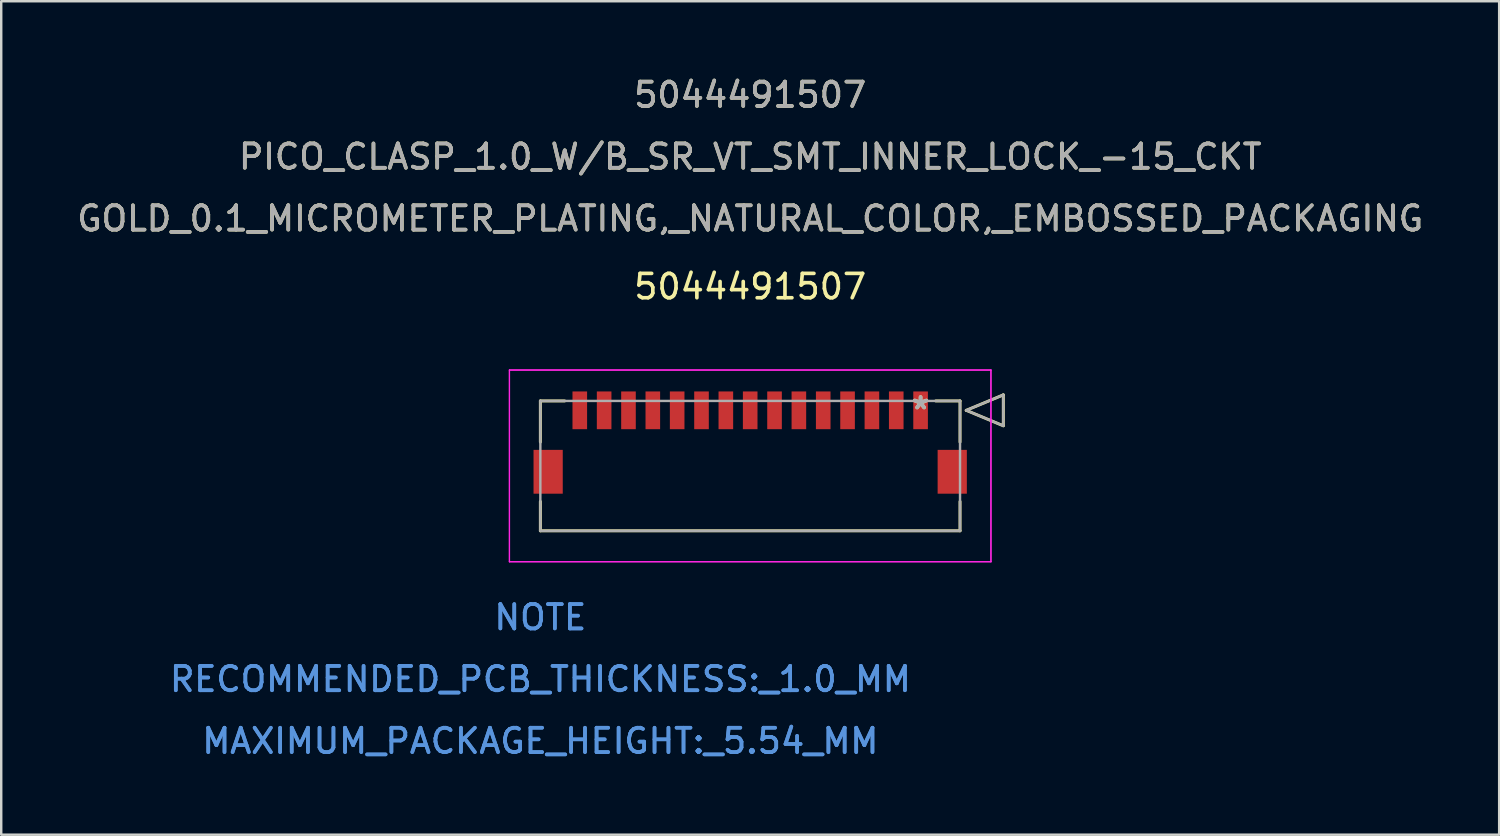
<source format=kicad_pcb>
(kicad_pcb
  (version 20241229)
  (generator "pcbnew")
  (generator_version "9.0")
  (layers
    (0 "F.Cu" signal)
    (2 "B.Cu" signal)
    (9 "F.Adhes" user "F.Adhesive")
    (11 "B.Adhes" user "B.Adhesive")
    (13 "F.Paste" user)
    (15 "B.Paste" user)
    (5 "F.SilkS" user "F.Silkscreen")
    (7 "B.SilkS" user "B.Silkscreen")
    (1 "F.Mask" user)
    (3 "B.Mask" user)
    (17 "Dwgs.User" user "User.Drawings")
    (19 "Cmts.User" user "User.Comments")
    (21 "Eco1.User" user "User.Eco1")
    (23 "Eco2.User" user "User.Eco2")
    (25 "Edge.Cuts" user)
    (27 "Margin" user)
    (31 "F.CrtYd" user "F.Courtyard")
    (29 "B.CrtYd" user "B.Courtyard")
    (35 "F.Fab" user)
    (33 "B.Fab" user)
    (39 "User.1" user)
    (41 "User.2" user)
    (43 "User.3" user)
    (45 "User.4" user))
  (footprint "5044491507"
    (layer "F.Cu")
    (at 34.768 13.806)
    (property "Reference" "5044491507" (at -7 -5.08 0) (layer "F.SilkS") (effects (font (size 1 1) (thickness 0.15))))
    (attr through_hole)
    (fp_line (start -15.62 -0.385) (end -15.62 1.305) (stroke (width 0.12) (type solid)) (layer "F.SilkS"))
    (fp_line (start -15.62 3.745) (end -15.62 4.95) (stroke (width 0.12) (type solid)) (layer "F.SilkS"))
    (fp_line (start -15.62 4.95) (end 1.62 4.95) (stroke (width 0.12) (type solid)) (layer "F.SilkS"))
    (fp_line (start -14.62 -0.385) (end -15.62 -0.385) (stroke (width 0.12) (type solid)) (layer "F.SilkS"))
    (fp_line (start 1.62 -0.385) (end 0.62 -0.385) (stroke (width 0.12) (type solid)) (layer "F.SilkS"))
    (fp_line (start 1.62 1.305) (end 1.62 -0.385) (stroke (width 0.12) (type solid)) (layer "F.SilkS"))
    (fp_line (start 1.62 4.95) (end 1.62 3.745) (stroke (width 0.12) (type solid)) (layer "F.SilkS"))
    (fp_line (start 1.874 0) (end 3.398 -0.635) (stroke (width 0.12) (type solid)) (layer "F.SilkS"))
    (fp_line (start 3.398 -0.635) (end 3.398 0.635) (stroke (width 0.12) (type solid)) (layer "F.SilkS"))
    (fp_line (start 3.398 0.635) (end 1.874 0) (stroke (width 0.12) (type solid)) (layer "F.SilkS"))
    (fp_line (start -16.89 -1.655) (end -16.89 6.22) (stroke (width 0.05) (type solid)) (layer "F.CrtYd"))
    (fp_line (start -16.89 -1.655) (end -16.89 6.22) (stroke (width 0.05) (type solid)) (layer "F.CrtYd"))
    (fp_line (start -16.89 6.22) (end 2.89 6.22) (stroke (width 0.05) (type solid)) (layer "F.CrtYd"))
    (fp_line (start -16.89 6.22) (end 2.89 6.22) (stroke (width 0.05) (type solid)) (layer "F.CrtYd"))
    (fp_line (start 2.89 -1.655) (end -16.89 -1.655) (stroke (width 0.05) (type solid)) (layer "F.CrtYd"))
    (fp_line (start 2.89 -1.655) (end -16.89 -1.655) (stroke (width 0.05) (type solid)) (layer "F.CrtYd"))
    (fp_line (start 2.89 6.22) (end 2.89 -1.655) (stroke (width 0.05) (type solid)) (layer "F.CrtYd"))
    (fp_line (start 2.89 6.22) (end 2.89 -1.655) (stroke (width 0.05) (type solid)) (layer "F.CrtYd"))
    (fp_line (start -15.62 -0.385) (end -15.62 4.95) (stroke (width 0.1) (type solid)) (layer "F.Fab"))
    (fp_line (start -15.62 4.95) (end 1.62 4.95) (stroke (width 0.1) (type solid)) (layer "F.Fab"))
    (fp_line (start 1.62 -0.385) (end -15.62 -0.385) (stroke (width 0.1) (type solid)) (layer "F.Fab"))
    (fp_line (start 1.62 4.95) (end 1.62 -0.385) (stroke (width 0.1) (type solid)) (layer "F.Fab"))
    (fp_line (start 1.874 0) (end 3.398 -0.635) (stroke (width 0.1) (type solid)) (layer "F.Fab"))
    (fp_line (start 3.398 -0.635) (end 3.398 0.635) (stroke (width 0.1) (type solid)) (layer "F.Fab"))
    (fp_line (start 3.398 0.635) (end 1.874 0) (stroke (width 0.1) (type solid)) (layer "F.Fab"))
    (fp_text user "GOLD_0.1_MICROMETER_PLATING,_NATURAL_COLOR,_EMBOSSED_PACKAGING" (at -7 -7.878 0) (layer "F.SilkS") (effects (font (size 1 1) (thickness 0.15))))
    (fp_text user "PICO_CLASP_1.0_W/B_SR_VT_SMT_INNER_LOCK_-15_CKT" (at -7 -10.418 0) (layer "F.SilkS") (effects (font (size 1 1) (thickness 0.15))))
    (fp_text user "*" (at 0 0 0) (layer "F.SilkS") (effects (font (size 1 1) (thickness 0.15))))
    (fp_text user "5044491507" (at -7 -12.958 0) (layer "F.SilkS") (effects (font (size 1 1) (thickness 0.15))))
    (fp_text user "NOTE" (at -15.62 8.505 0) (layer "Cmts.User") (effects (font (size 1 1) (thickness 0.15))))
    (fp_text user "MAXIMUM_PACKAGE_HEIGHT:_5.54_MM" (at -15.62 13.585 0) (layer "Cmts.User") (effects (font (size 1 1) (thickness 0.15))))
    (fp_text user "MAXIMUM_PACKAGE_HEIGHT:_5.54_MM" (at -15.62 13.585 0) (layer "Cmts.User") (effects (font (size 1 1) (thickness 0.15))))
    (fp_text user "Copyright 2021 Accelerated Designs. All rights reserved." (at 0 0 0) (layer "Cmts.User") (effects (font (size 0.127 0.127) (thickness 0.002))))
    (fp_text user "RECOMMENDED_PCB_THICKNESS:_1.0_MM" (at -15.62 11.045 0) (layer "Cmts.User") (effects (font (size 1 1) (thickness 0.15))))
    (fp_text user "RECOMMENDED_PCB_THICKNESS:_1.0_MM" (at -15.62 11.045 0) (layer "Cmts.User") (effects (font (size 1 1) (thickness 0.15))))
    (fp_text user "NOTE" (at -15.62 8.505 0) (layer "Cmts.User") (effects (font (size 1 1) (thickness 0.15))))
    (fp_text user "*" (at 0 0 0) (layer "F.Fab") (effects (font (size 1 1) (thickness 0.15))))
    (fp_text user "GOLD_0.1_MICROMETER_PLATING,_NATURAL_COLOR,_EMBOSSED_PACKAGING" (at -7 -7.878 0) (layer "F.Fab") (effects (font (size 1 1) (thickness 0.15))))
    (fp_text user "PICO_CLASP_1.0_W/B_SR_VT_SMT_INNER_LOCK_-15_CKT" (at -7 -10.418 0) (layer "F.Fab") (effects (font (size 1 1) (thickness 0.15))))
    (fp_text user "5044491507" (at -7 -12.958 0) (layer "F.Fab") (effects (font (size 1 1) (thickness 0.15))))
    (pad "1" smd rect (at 0 0) (size 0.6 1.55) (layers "F.Cu" "F.Mask" "F.Paste"))
    (pad "2" smd rect (at -1 0) (size 0.6 1.55) (layers "F.Cu" "F.Mask" "F.Paste"))
    (pad "3" smd rect (at -2 0) (size 0.6 1.55) (layers "F.Cu" "F.Mask" "F.Paste"))
    (pad "4" smd rect (at -3 0) (size 0.6 1.55) (layers "F.Cu" "F.Mask" "F.Paste"))
    (pad "5" smd rect (at -4 0) (size 0.6 1.55) (layers "F.Cu" "F.Mask" "F.Paste"))
    (pad "6" smd rect (at -5 0) (size 0.6 1.55) (layers "F.Cu" "F.Mask" "F.Paste"))
    (pad "7" smd rect (at -6 0) (size 0.6 1.55) (layers "F.Cu" "F.Mask" "F.Paste"))
    (pad "8" smd rect (at -7 0) (size 0.6 1.55) (layers "F.Cu" "F.Mask" "F.Paste"))
    (pad "9" smd rect (at -8 0) (size 0.6 1.55) (layers "F.Cu" "F.Mask" "F.Paste"))
    (pad "10" smd rect (at -9 0) (size 0.6 1.55) (layers "F.Cu" "F.Mask" "F.Paste"))
    (pad "11" smd rect (at -10 0) (size 0.6 1.55) (layers "F.Cu" "F.Mask" "F.Paste"))
    (pad "12" smd rect (at -11 0) (size 0.6 1.55) (layers "F.Cu" "F.Mask" "F.Paste"))
    (pad "13" smd rect (at -12 0) (size 0.6 1.55) (layers "F.Cu" "F.Mask" "F.Paste"))
    (pad "14" smd rect (at -13 0) (size 0.6 1.55) (layers "F.Cu" "F.Mask" "F.Paste"))
    (pad "15" smd rect (at -14 0) (size 0.6 1.55) (layers "F.Cu" "F.Mask" "F.Paste"))
    (pad "16" smd rect (at 1.3 2.525) (size 1.2 1.8) (layers "F.Cu" "F.Mask" "F.Paste"))
    (pad "17" smd rect (at -15.3 2.525) (size 1.2 1.8) (layers "F.Cu" "F.Mask" "F.Paste")))
  (gr_rect
    (start -3 -3)
    (end 58.536 31.239)
    (stroke (width 0.1) (type default))
    (fill no)
    (layer "Edge.Cuts")))
</source>
